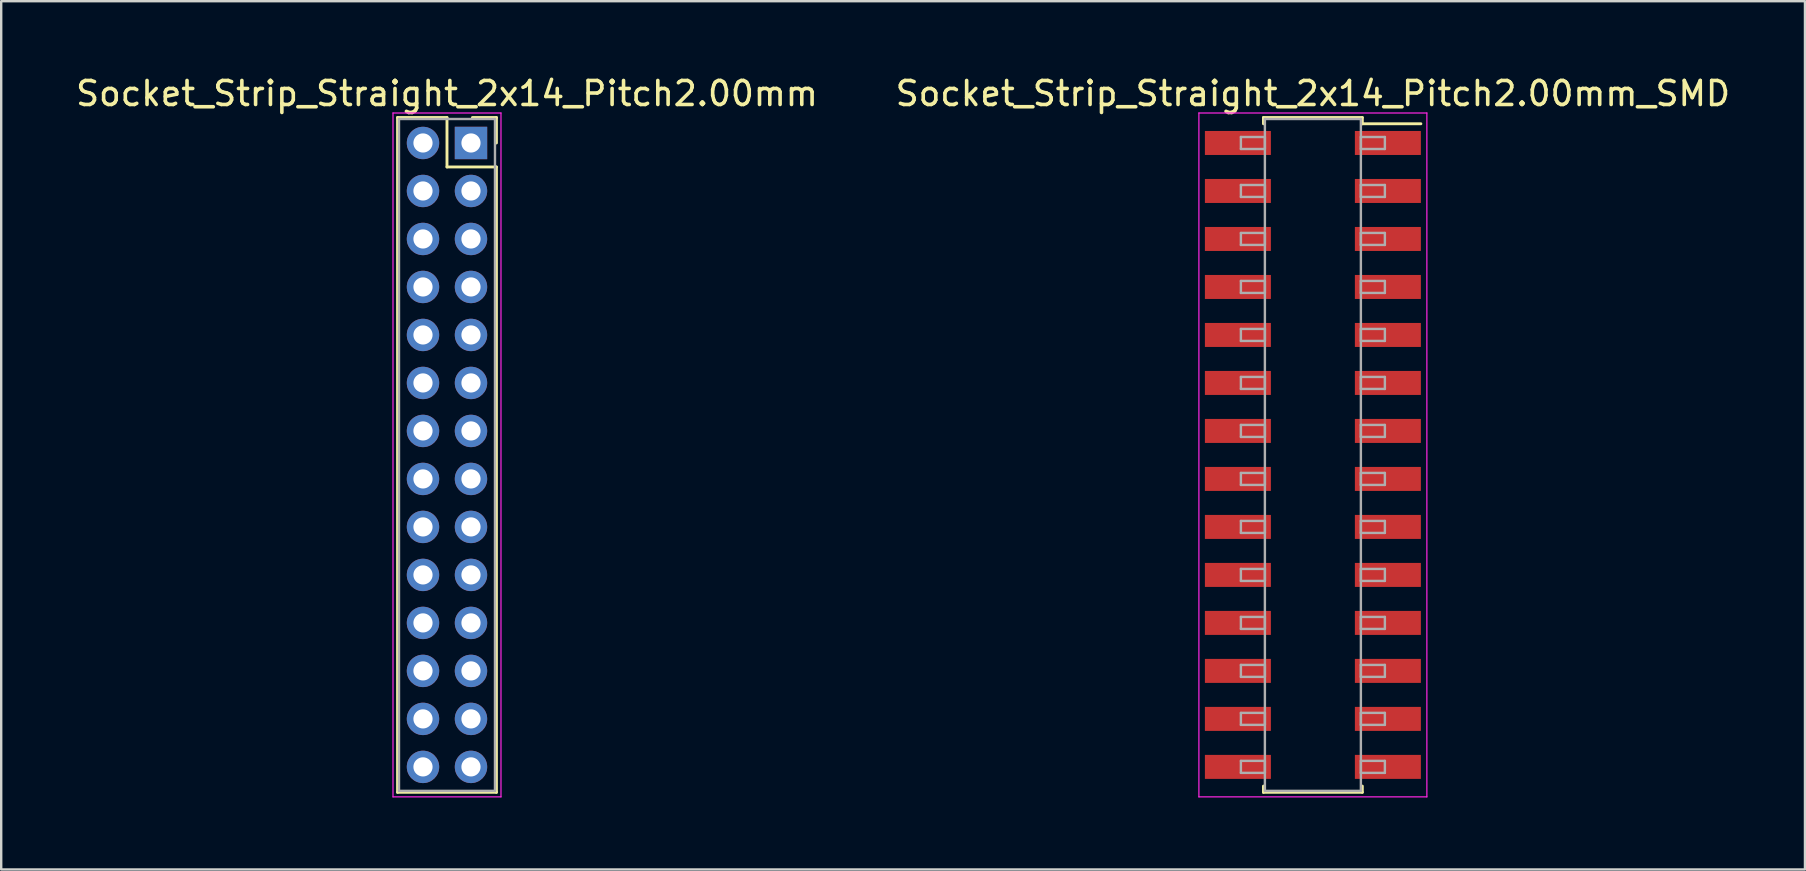
<source format=kicad_pcb>
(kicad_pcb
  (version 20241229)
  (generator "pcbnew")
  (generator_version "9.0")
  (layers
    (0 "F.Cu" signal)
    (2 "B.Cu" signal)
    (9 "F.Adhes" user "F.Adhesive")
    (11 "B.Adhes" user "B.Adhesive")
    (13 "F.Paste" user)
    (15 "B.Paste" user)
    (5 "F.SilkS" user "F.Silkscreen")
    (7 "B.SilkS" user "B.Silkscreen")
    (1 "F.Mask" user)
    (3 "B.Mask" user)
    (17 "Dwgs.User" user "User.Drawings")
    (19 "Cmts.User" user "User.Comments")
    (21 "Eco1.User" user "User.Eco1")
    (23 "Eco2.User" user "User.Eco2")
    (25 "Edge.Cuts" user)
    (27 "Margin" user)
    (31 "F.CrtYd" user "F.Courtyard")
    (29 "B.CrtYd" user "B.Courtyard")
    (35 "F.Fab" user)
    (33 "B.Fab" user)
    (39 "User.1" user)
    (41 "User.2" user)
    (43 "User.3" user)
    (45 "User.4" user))
  (footprint "Socket_Strip_Straight_2x14_Pitch2.00mm"
    (layer "F.Cu")
    (at 16.577 2.908)
    (property "Reference" "Socket_Strip_Straight_2x14_Pitch2.00mm" (at -1 -2.06 0) (layer "F.SilkS") (effects (font (size 1 1) (thickness 0.15))))
    (attr through_hole)
    (fp_line (start -3.06 -1.06) (end -1 -1.06) (stroke (width 0.12) (type solid)) (layer "F.SilkS"))
    (fp_line (start -3.06 27.06) (end -3.06 -1.06) (stroke (width 0.12) (type solid)) (layer "F.SilkS"))
    (fp_line (start -1 -1.06) (end -1 1) (stroke (width 0.12) (type solid)) (layer "F.SilkS"))
    (fp_line (start -1 1) (end 1.06 1) (stroke (width 0.12) (type solid)) (layer "F.SilkS"))
    (fp_line (start 1.06 -1.06) (end 0.06 -1.06) (stroke (width 0.12) (type solid)) (layer "F.SilkS"))
    (fp_line (start 1.06 0) (end 1.06 -1.06) (stroke (width 0.12) (type solid)) (layer "F.SilkS"))
    (fp_line (start 1.06 1) (end 1.06 27.06) (stroke (width 0.12) (type solid)) (layer "F.SilkS"))
    (fp_line (start 1.06 27.06) (end -3.06 27.06) (stroke (width 0.12) (type solid)) (layer "F.SilkS"))
    (fp_line (start -3.25 -1.25) (end -3.25 27.25) (stroke (width 0.05) (type solid)) (layer "F.CrtYd"))
    (fp_line (start -3.25 27.25) (end 1.25 27.25) (stroke (width 0.05) (type solid)) (layer "F.CrtYd"))
    (fp_line (start 1.25 -1.25) (end -3.25 -1.25) (stroke (width 0.05) (type solid)) (layer "F.CrtYd"))
    (fp_line (start 1.25 27.25) (end 1.25 -1.25) (stroke (width 0.05) (type solid)) (layer "F.CrtYd"))
    (fp_line (start -3 -1) (end -3 27) (stroke (width 0.1) (type solid)) (layer "F.Fab"))
    (fp_line (start -3 27) (end 1 27) (stroke (width 0.1) (type solid)) (layer "F.Fab"))
    (fp_line (start 1 -1) (end -3 -1) (stroke (width 0.1) (type solid)) (layer "F.Fab"))
    (fp_line (start 1 27) (end 1 -1) (stroke (width 0.1) (type solid)) (layer "F.Fab"))
    (pad "1" thru_hole rect (at 0 0) (size 1.35 1.35) (drill 0.8) (layers "*.Cu" "*.Mask"))
    (pad "2" thru_hole oval (at -2 0) (size 1.35 1.35) (drill 0.8) (layers "*.Cu" "*.Mask"))
    (pad "3" thru_hole oval (at 0 2) (size 1.35 1.35) (drill 0.8) (layers "*.Cu" "*.Mask"))
    (pad "4" thru_hole oval (at -2 2) (size 1.35 1.35) (drill 0.8) (layers "*.Cu" "*.Mask"))
    (pad "5" thru_hole oval (at 0 4) (size 1.35 1.35) (drill 0.8) (layers "*.Cu" "*.Mask"))
    (pad "6" thru_hole oval (at -2 4) (size 1.35 1.35) (drill 0.8) (layers "*.Cu" "*.Mask"))
    (pad "7" thru_hole oval (at 0 6) (size 1.35 1.35) (drill 0.8) (layers "*.Cu" "*.Mask"))
    (pad "8" thru_hole oval (at -2 6) (size 1.35 1.35) (drill 0.8) (layers "*.Cu" "*.Mask"))
    (pad "9" thru_hole oval (at 0 8) (size 1.35 1.35) (drill 0.8) (layers "*.Cu" "*.Mask"))
    (pad "10" thru_hole oval (at -2 8) (size 1.35 1.35) (drill 0.8) (layers "*.Cu" "*.Mask"))
    (pad "11" thru_hole oval (at 0 10) (size 1.35 1.35) (drill 0.8) (layers "*.Cu" "*.Mask"))
    (pad "12" thru_hole oval (at -2 10) (size 1.35 1.35) (drill 0.8) (layers "*.Cu" "*.Mask"))
    (pad "13" thru_hole oval (at 0 12) (size 1.35 1.35) (drill 0.8) (layers "*.Cu" "*.Mask"))
    (pad "14" thru_hole oval (at -2 12) (size 1.35 1.35) (drill 0.8) (layers "*.Cu" "*.Mask"))
    (pad "15" thru_hole oval (at 0 14) (size 1.35 1.35) (drill 0.8) (layers "*.Cu" "*.Mask"))
    (pad "16" thru_hole oval (at -2 14) (size 1.35 1.35) (drill 0.8) (layers "*.Cu" "*.Mask"))
    (pad "17" thru_hole oval (at 0 16) (size 1.35 1.35) (drill 0.8) (layers "*.Cu" "*.Mask"))
    (pad "18" thru_hole oval (at -2 16) (size 1.35 1.35) (drill 0.8) (layers "*.Cu" "*.Mask"))
    (pad "19" thru_hole oval (at 0 18) (size 1.35 1.35) (drill 0.8) (layers "*.Cu" "*.Mask"))
    (pad "20" thru_hole oval (at -2 18) (size 1.35 1.35) (drill 0.8) (layers "*.Cu" "*.Mask"))
    (pad "21" thru_hole oval (at 0 20) (size 1.35 1.35) (drill 0.8) (layers "*.Cu" "*.Mask"))
    (pad "22" thru_hole oval (at -2 20) (size 1.35 1.35) (drill 0.8) (layers "*.Cu" "*.Mask"))
    (pad "23" thru_hole oval (at 0 22) (size 1.35 1.35) (drill 0.8) (layers "*.Cu" "*.Mask"))
    (pad "24" thru_hole oval (at -2 22) (size 1.35 1.35) (drill 0.8) (layers "*.Cu" "*.Mask"))
    (pad "25" thru_hole oval (at 0 24) (size 1.35 1.35) (drill 0.8) (layers "*.Cu" "*.Mask"))
    (pad "26" thru_hole oval (at -2 24) (size 1.35 1.35) (drill 0.8) (layers "*.Cu" "*.Mask"))
    (pad "27" thru_hole oval (at 0 26) (size 1.35 1.35) (drill 0.8) (layers "*.Cu" "*.Mask"))
    (pad "28" thru_hole oval (at -2 26) (size 1.35 1.35) (drill 0.8) (layers "*.Cu" "*.Mask")))
  (footprint "Socket_Strip_Straight_2x14_Pitch2.00mm_SMD"
    (layer "F.Cu")
    (at 51.661 15.908)
    (property "Reference" "Socket_Strip_Straight_2x14_Pitch2.00mm_SMD" (at 0 -15.06 0) (layer "F.SilkS") (effects (font (size 1 1) (thickness 0.15))))
    (attr smd)
    (fp_line (start -2.06 -14.06) (end 2.06 -14.06) (stroke (width 0.12) (type solid)) (layer "F.SilkS"))
    (fp_line (start -2.06 -13.8) (end -2.06 -14.06) (stroke (width 0.12) (type solid)) (layer "F.SilkS"))
    (fp_line (start -2.06 13.8) (end -2.06 14.06) (stroke (width 0.12) (type solid)) (layer "F.SilkS"))
    (fp_line (start -2.06 14.06) (end 2.06 14.06) (stroke (width 0.12) (type solid)) (layer "F.SilkS"))
    (fp_line (start 2.06 -14.06) (end 2.06 -13.8) (stroke (width 0.12) (type solid)) (layer "F.SilkS"))
    (fp_line (start 2.06 14.06) (end 2.06 13.8) (stroke (width 0.12) (type solid)) (layer "F.SilkS"))
    (fp_line (start 4.5 -13.8) (end 2.06 -13.8) (stroke (width 0.12) (type solid)) (layer "F.SilkS"))
    (fp_line (start -4.75 -14.25) (end -4.75 14.25) (stroke (width 0.05) (type solid)) (layer "F.CrtYd"))
    (fp_line (start -4.75 14.25) (end 4.75 14.25) (stroke (width 0.05) (type solid)) (layer "F.CrtYd"))
    (fp_line (start 4.75 -14.25) (end -4.75 -14.25) (stroke (width 0.05) (type solid)) (layer "F.CrtYd"))
    (fp_line (start 4.75 14.25) (end 4.75 -14.25) (stroke (width 0.05) (type solid)) (layer "F.CrtYd"))
    (fp_line (start -3 -13.25) (end -2 -13.25) (stroke (width 0.1) (type solid)) (layer "F.Fab"))
    (fp_line (start -3 -12.75) (end -3 -13.25) (stroke (width 0.1) (type solid)) (layer "F.Fab"))
    (fp_line (start -3 -11.25) (end -2 -11.25) (stroke (width 0.1) (type solid)) (layer "F.Fab"))
    (fp_line (start -3 -10.75) (end -3 -11.25) (stroke (width 0.1) (type solid)) (layer "F.Fab"))
    (fp_line (start -3 -9.25) (end -2 -9.25) (stroke (width 0.1) (type solid)) (layer "F.Fab"))
    (fp_line (start -3 -8.75) (end -3 -9.25) (stroke (width 0.1) (type solid)) (layer "F.Fab"))
    (fp_line (start -3 -7.25) (end -2 -7.25) (stroke (width 0.1) (type solid)) (layer "F.Fab"))
    (fp_line (start -3 -6.75) (end -3 -7.25) (stroke (width 0.1) (type solid)) (layer "F.Fab"))
    (fp_line (start -3 -5.25) (end -2 -5.25) (stroke (width 0.1) (type solid)) (layer "F.Fab"))
    (fp_line (start -3 -4.75) (end -3 -5.25) (stroke (width 0.1) (type solid)) (layer "F.Fab"))
    (fp_line (start -3 -3.25) (end -2 -3.25) (stroke (width 0.1) (type solid)) (layer "F.Fab"))
    (fp_line (start -3 -2.75) (end -3 -3.25) (stroke (width 0.1) (type solid)) (layer "F.Fab"))
    (fp_line (start -3 -1.25) (end -2 -1.25) (stroke (width 0.1) (type solid)) (layer "F.Fab"))
    (fp_line (start -3 -0.75) (end -3 -1.25) (stroke (width 0.1) (type solid)) (layer "F.Fab"))
    (fp_line (start -3 0.75) (end -2 0.75) (stroke (width 0.1) (type solid)) (layer "F.Fab"))
    (fp_line (start -3 1.25) (end -3 0.75) (stroke (width 0.1) (type solid)) (layer "F.Fab"))
    (fp_line (start -3 2.75) (end -2 2.75) (stroke (width 0.1) (type solid)) (layer "F.Fab"))
    (fp_line (start -3 3.25) (end -3 2.75) (stroke (width 0.1) (type solid)) (layer "F.Fab"))
    (fp_line (start -3 4.75) (end -2 4.75) (stroke (width 0.1) (type solid)) (layer "F.Fab"))
    (fp_line (start -3 5.25) (end -3 4.75) (stroke (width 0.1) (type solid)) (layer "F.Fab"))
    (fp_line (start -3 6.75) (end -2 6.75) (stroke (width 0.1) (type solid)) (layer "F.Fab"))
    (fp_line (start -3 7.25) (end -3 6.75) (stroke (width 0.1) (type solid)) (layer "F.Fab"))
    (fp_line (start -3 8.75) (end -2 8.75) (stroke (width 0.1) (type solid)) (layer "F.Fab"))
    (fp_line (start -3 9.25) (end -3 8.75) (stroke (width 0.1) (type solid)) (layer "F.Fab"))
    (fp_line (start -3 10.75) (end -2 10.75) (stroke (width 0.1) (type solid)) (layer "F.Fab"))
    (fp_line (start -3 11.25) (end -3 10.75) (stroke (width 0.1) (type solid)) (layer "F.Fab"))
    (fp_line (start -3 12.75) (end -2 12.75) (stroke (width 0.1) (type solid)) (layer "F.Fab"))
    (fp_line (start -3 13.25) (end -3 12.75) (stroke (width 0.1) (type solid)) (layer "F.Fab"))
    (fp_line (start -2 -14) (end -2 14) (stroke (width 0.1) (type solid)) (layer "F.Fab"))
    (fp_line (start -2 -13.25) (end -2 -12.75) (stroke (width 0.1) (type solid)) (layer "F.Fab"))
    (fp_line (start -2 -12.75) (end -3 -12.75) (stroke (width 0.1) (type solid)) (layer "F.Fab"))
    (fp_line (start -2 -11.25) (end -2 -10.75) (stroke (width 0.1) (type solid)) (layer "F.Fab"))
    (fp_line (start -2 -10.75) (end -3 -10.75) (stroke (width 0.1) (type solid)) (layer "F.Fab"))
    (fp_line (start -2 -9.25) (end -2 -8.75) (stroke (width 0.1) (type solid)) (layer "F.Fab"))
    (fp_line (start -2 -8.75) (end -3 -8.75) (stroke (width 0.1) (type solid)) (layer "F.Fab"))
    (fp_line (start -2 -7.25) (end -2 -6.75) (stroke (width 0.1) (type solid)) (layer "F.Fab"))
    (fp_line (start -2 -6.75) (end -3 -6.75) (stroke (width 0.1) (type solid)) (layer "F.Fab"))
    (fp_line (start -2 -5.25) (end -2 -4.75) (stroke (width 0.1) (type solid)) (layer "F.Fab"))
    (fp_line (start -2 -4.75) (end -3 -4.75) (stroke (width 0.1) (type solid)) (layer "F.Fab"))
    (fp_line (start -2 -3.25) (end -2 -2.75) (stroke (width 0.1) (type solid)) (layer "F.Fab"))
    (fp_line (start -2 -2.75) (end -3 -2.75) (stroke (width 0.1) (type solid)) (layer "F.Fab"))
    (fp_line (start -2 -1.25) (end -2 -0.75) (stroke (width 0.1) (type solid)) (layer "F.Fab"))
    (fp_line (start -2 -0.75) (end -3 -0.75) (stroke (width 0.1) (type solid)) (layer "F.Fab"))
    (fp_line (start -2 0.75) (end -2 1.25) (stroke (width 0.1) (type solid)) (layer "F.Fab"))
    (fp_line (start -2 1.25) (end -3 1.25) (stroke (width 0.1) (type solid)) (layer "F.Fab"))
    (fp_line (start -2 2.75) (end -2 3.25) (stroke (width 0.1) (type solid)) (layer "F.Fab"))
    (fp_line (start -2 3.25) (end -3 3.25) (stroke (width 0.1) (type solid)) (layer "F.Fab"))
    (fp_line (start -2 4.75) (end -2 5.25) (stroke (width 0.1) (type solid)) (layer "F.Fab"))
    (fp_line (start -2 5.25) (end -3 5.25) (stroke (width 0.1) (type solid)) (layer "F.Fab"))
    (fp_line (start -2 6.75) (end -2 7.25) (stroke (width 0.1) (type solid)) (layer "F.Fab"))
    (fp_line (start -2 7.25) (end -3 7.25) (stroke (width 0.1) (type solid)) (layer "F.Fab"))
    (fp_line (start -2 8.75) (end -2 9.25) (stroke (width 0.1) (type solid)) (layer "F.Fab"))
    (fp_line (start -2 9.25) (end -3 9.25) (stroke (width 0.1) (type solid)) (layer "F.Fab"))
    (fp_line (start -2 10.75) (end -2 11.25) (stroke (width 0.1) (type solid)) (layer "F.Fab"))
    (fp_line (start -2 11.25) (end -3 11.25) (stroke (width 0.1) (type solid)) (layer "F.Fab"))
    (fp_line (start -2 12.75) (end -2 13.25) (stroke (width 0.1) (type solid)) (layer "F.Fab"))
    (fp_line (start -2 13.25) (end -3 13.25) (stroke (width 0.1) (type solid)) (layer "F.Fab"))
    (fp_line (start -2 14) (end 2 14) (stroke (width 0.1) (type solid)) (layer "F.Fab"))
    (fp_line (start 2 -14) (end -2 -14) (stroke (width 0.1) (type solid)) (layer "F.Fab"))
    (fp_line (start 2 -13.25) (end 2 -12.75) (stroke (width 0.1) (type solid)) (layer "F.Fab"))
    (fp_line (start 2 -12.75) (end 3 -12.75) (stroke (width 0.1) (type solid)) (layer "F.Fab"))
    (fp_line (start 2 -11.25) (end 2 -10.75) (stroke (width 0.1) (type solid)) (layer "F.Fab"))
    (fp_line (start 2 -10.75) (end 3 -10.75) (stroke (width 0.1) (type solid)) (layer "F.Fab"))
    (fp_line (start 2 -9.25) (end 2 -8.75) (stroke (width 0.1) (type solid)) (layer "F.Fab"))
    (fp_line (start 2 -8.75) (end 3 -8.75) (stroke (width 0.1) (type solid)) (layer "F.Fab"))
    (fp_line (start 2 -7.25) (end 2 -6.75) (stroke (width 0.1) (type solid)) (layer "F.Fab"))
    (fp_line (start 2 -6.75) (end 3 -6.75) (stroke (width 0.1) (type solid)) (layer "F.Fab"))
    (fp_line (start 2 -5.25) (end 2 -4.75) (stroke (width 0.1) (type solid)) (layer "F.Fab"))
    (fp_line (start 2 -4.75) (end 3 -4.75) (stroke (width 0.1) (type solid)) (layer "F.Fab"))
    (fp_line (start 2 -3.25) (end 2 -2.75) (stroke (width 0.1) (type solid)) (layer "F.Fab"))
    (fp_line (start 2 -2.75) (end 3 -2.75) (stroke (width 0.1) (type solid)) (layer "F.Fab"))
    (fp_line (start 2 -1.25) (end 2 -0.75) (stroke (width 0.1) (type solid)) (layer "F.Fab"))
    (fp_line (start 2 -0.75) (end 3 -0.75) (stroke (width 0.1) (type solid)) (layer "F.Fab"))
    (fp_line (start 2 0.75) (end 2 1.25) (stroke (width 0.1) (type solid)) (layer "F.Fab"))
    (fp_line (start 2 1.25) (end 3 1.25) (stroke (width 0.1) (type solid)) (layer "F.Fab"))
    (fp_line (start 2 2.75) (end 2 3.25) (stroke (width 0.1) (type solid)) (layer "F.Fab"))
    (fp_line (start 2 3.25) (end 3 3.25) (stroke (width 0.1) (type solid)) (layer "F.Fab"))
    (fp_line (start 2 4.75) (end 2 5.25) (stroke (width 0.1) (type solid)) (layer "F.Fab"))
    (fp_line (start 2 5.25) (end 3 5.25) (stroke (width 0.1) (type solid)) (layer "F.Fab"))
    (fp_line (start 2 6.75) (end 2 7.25) (stroke (width 0.1) (type solid)) (layer "F.Fab"))
    (fp_line (start 2 7.25) (end 3 7.25) (stroke (width 0.1) (type solid)) (layer "F.Fab"))
    (fp_line (start 2 8.75) (end 2 9.25) (stroke (width 0.1) (type solid)) (layer "F.Fab"))
    (fp_line (start 2 9.25) (end 3 9.25) (stroke (width 0.1) (type solid)) (layer "F.Fab"))
    (fp_line (start 2 10.75) (end 2 11.25) (stroke (width 0.1) (type solid)) (layer "F.Fab"))
    (fp_line (start 2 11.25) (end 3 11.25) (stroke (width 0.1) (type solid)) (layer "F.Fab"))
    (fp_line (start 2 12.75) (end 2 13.25) (stroke (width 0.1) (type solid)) (layer "F.Fab"))
    (fp_line (start 2 13.25) (end 3 13.25) (stroke (width 0.1) (type solid)) (layer "F.Fab"))
    (fp_line (start 2 14) (end 2 -14) (stroke (width 0.1) (type solid)) (layer "F.Fab"))
    (fp_line (start 3 -13.25) (end 2 -13.25) (stroke (width 0.1) (type solid)) (layer "F.Fab"))
    (fp_line (start 3 -12.75) (end 3 -13.25) (stroke (width 0.1) (type solid)) (layer "F.Fab"))
    (fp_line (start 3 -11.25) (end 2 -11.25) (stroke (width 0.1) (type solid)) (layer "F.Fab"))
    (fp_line (start 3 -10.75) (end 3 -11.25) (stroke (width 0.1) (type solid)) (layer "F.Fab"))
    (fp_line (start 3 -9.25) (end 2 -9.25) (stroke (width 0.1) (type solid)) (layer "F.Fab"))
    (fp_line (start 3 -8.75) (end 3 -9.25) (stroke (width 0.1) (type solid)) (layer "F.Fab"))
    (fp_line (start 3 -7.25) (end 2 -7.25) (stroke (width 0.1) (type solid)) (layer "F.Fab"))
    (fp_line (start 3 -6.75) (end 3 -7.25) (stroke (width 0.1) (type solid)) (layer "F.Fab"))
    (fp_line (start 3 -5.25) (end 2 -5.25) (stroke (width 0.1) (type solid)) (layer "F.Fab"))
    (fp_line (start 3 -4.75) (end 3 -5.25) (stroke (width 0.1) (type solid)) (layer "F.Fab"))
    (fp_line (start 3 -3.25) (end 2 -3.25) (stroke (width 0.1) (type solid)) (layer "F.Fab"))
    (fp_line (start 3 -2.75) (end 3 -3.25) (stroke (width 0.1) (type solid)) (layer "F.Fab"))
    (fp_line (start 3 -1.25) (end 2 -1.25) (stroke (width 0.1) (type solid)) (layer "F.Fab"))
    (fp_line (start 3 -0.75) (end 3 -1.25) (stroke (width 0.1) (type solid)) (layer "F.Fab"))
    (fp_line (start 3 0.75) (end 2 0.75) (stroke (width 0.1) (type solid)) (layer "F.Fab"))
    (fp_line (start 3 1.25) (end 3 0.75) (stroke (width 0.1) (type solid)) (layer "F.Fab"))
    (fp_line (start 3 2.75) (end 2 2.75) (stroke (width 0.1) (type solid)) (layer "F.Fab"))
    (fp_line (start 3 3.25) (end 3 2.75) (stroke (width 0.1) (type solid)) (layer "F.Fab"))
    (fp_line (start 3 4.75) (end 2 4.75) (stroke (width 0.1) (type solid)) (layer "F.Fab"))
    (fp_line (start 3 5.25) (end 3 4.75) (stroke (width 0.1) (type solid)) (layer "F.Fab"))
    (fp_line (start 3 6.75) (end 2 6.75) (stroke (width 0.1) (type solid)) (layer "F.Fab"))
    (fp_line (start 3 7.25) (end 3 6.75) (stroke (width 0.1) (type solid)) (layer "F.Fab"))
    (fp_line (start 3 8.75) (end 2 8.75) (stroke (width 0.1) (type solid)) (layer "F.Fab"))
    (fp_line (start 3 9.25) (end 3 8.75) (stroke (width 0.1) (type solid)) (layer "F.Fab"))
    (fp_line (start 3 10.75) (end 2 10.75) (stroke (width 0.1) (type solid)) (layer "F.Fab"))
    (fp_line (start 3 11.25) (end 3 10.75) (stroke (width 0.1) (type solid)) (layer "F.Fab"))
    (fp_line (start 3 12.75) (end 2 12.75) (stroke (width 0.1) (type solid)) (layer "F.Fab"))
    (fp_line (start 3 13.25) (end 3 12.75) (stroke (width 0.1) (type solid)) (layer "F.Fab"))
    (pad "1" smd rect (at 3.125 -13) (size 2.75 1) (layers "F.Cu" "F.Mask"))
    (pad "2" smd rect (at -3.125 -13) (size 2.75 1) (layers "F.Cu" "F.Mask"))
    (pad "3" smd rect (at 3.125 -11) (size 2.75 1) (layers "F.Cu" "F.Mask"))
    (pad "4" smd rect (at -3.125 -11) (size 2.75 1) (layers "F.Cu" "F.Mask"))
    (pad "5" smd rect (at 3.125 -9) (size 2.75 1) (layers "F.Cu" "F.Mask"))
    (pad "6" smd rect (at -3.125 -9) (size 2.75 1) (layers "F.Cu" "F.Mask"))
    (pad "7" smd rect (at 3.125 -7) (size 2.75 1) (layers "F.Cu" "F.Mask"))
    (pad "8" smd rect (at -3.125 -7) (size 2.75 1) (layers "F.Cu" "F.Mask"))
    (pad "9" smd rect (at 3.125 -5) (size 2.75 1) (layers "F.Cu" "F.Mask"))
    (pad "10" smd rect (at -3.125 -5) (size 2.75 1) (layers "F.Cu" "F.Mask"))
    (pad "11" smd rect (at 3.125 -3) (size 2.75 1) (layers "F.Cu" "F.Mask"))
    (pad "12" smd rect (at -3.125 -3) (size 2.75 1) (layers "F.Cu" "F.Mask"))
    (pad "13" smd rect (at 3.125 -1) (size 2.75 1) (layers "F.Cu" "F.Mask"))
    (pad "14" smd rect (at -3.125 -1) (size 2.75 1) (layers "F.Cu" "F.Mask"))
    (pad "15" smd rect (at 3.125 1) (size 2.75 1) (layers "F.Cu" "F.Mask"))
    (pad "16" smd rect (at -3.125 1) (size 2.75 1) (layers "F.Cu" "F.Mask"))
    (pad "17" smd rect (at 3.125 3) (size 2.75 1) (layers "F.Cu" "F.Mask"))
    (pad "18" smd rect (at -3.125 3) (size 2.75 1) (layers "F.Cu" "F.Mask"))
    (pad "19" smd rect (at 3.125 5) (size 2.75 1) (layers "F.Cu" "F.Mask"))
    (pad "20" smd rect (at -3.125 5) (size 2.75 1) (layers "F.Cu" "F.Mask"))
    (pad "21" smd rect (at 3.125 7) (size 2.75 1) (layers "F.Cu" "F.Mask"))
    (pad "22" smd rect (at -3.125 7) (size 2.75 1) (layers "F.Cu" "F.Mask"))
    (pad "23" smd rect (at 3.125 9) (size 2.75 1) (layers "F.Cu" "F.Mask"))
    (pad "24" smd rect (at -3.125 9) (size 2.75 1) (layers "F.Cu" "F.Mask"))
    (pad "25" smd rect (at 3.125 11) (size 2.75 1) (layers "F.Cu" "F.Mask"))
    (pad "26" smd rect (at -3.125 11) (size 2.75 1) (layers "F.Cu" "F.Mask"))
    (pad "27" smd rect (at 3.125 13) (size 2.75 1) (layers "F.Cu" "F.Mask"))
    (pad "28" smd rect (at -3.125 13) (size 2.75 1) (layers "F.Cu" "F.Mask")))
  (gr_rect
    (start -3 -3)
    (end 72.167 33.183)
    (stroke (width 0.1) (type default))
    (fill no)
    (layer "Edge.Cuts")))
</source>
